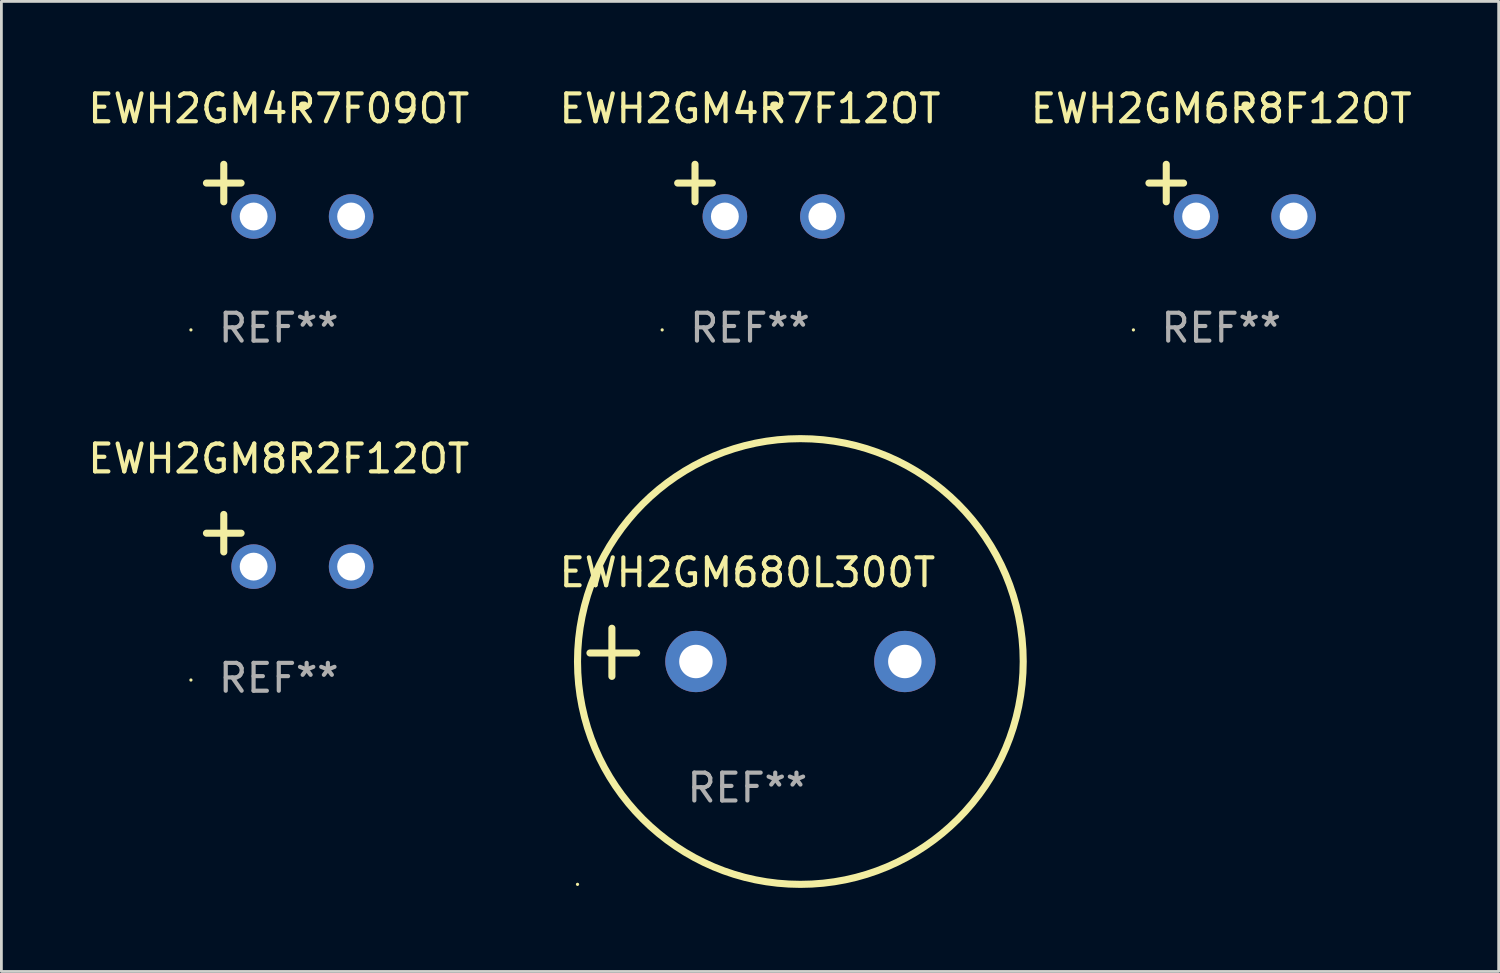
<source format=kicad_pcb>
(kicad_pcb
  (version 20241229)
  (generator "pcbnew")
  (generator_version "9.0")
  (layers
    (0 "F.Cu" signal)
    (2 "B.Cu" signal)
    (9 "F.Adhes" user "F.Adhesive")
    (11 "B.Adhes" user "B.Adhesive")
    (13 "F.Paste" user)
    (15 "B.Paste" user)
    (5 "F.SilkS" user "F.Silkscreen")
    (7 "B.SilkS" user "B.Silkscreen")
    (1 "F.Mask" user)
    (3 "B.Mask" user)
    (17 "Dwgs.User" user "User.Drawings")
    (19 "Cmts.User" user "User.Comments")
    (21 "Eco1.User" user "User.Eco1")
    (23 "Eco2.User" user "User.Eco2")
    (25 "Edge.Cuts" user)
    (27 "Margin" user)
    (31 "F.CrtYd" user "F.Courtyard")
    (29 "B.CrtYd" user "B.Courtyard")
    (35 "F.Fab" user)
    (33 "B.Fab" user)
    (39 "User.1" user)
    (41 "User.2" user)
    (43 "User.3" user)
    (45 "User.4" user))
  (footprint "EWH2GM680L300T"
    (layer "F.Cu")
    (at 23.78 20.367)
    (property "Reference" "EWH2GM680L300T" (at 0 -2.864 0) (layer "F.SilkS") (effects (font (size 1 1) (thickness 0.15))))
    (attr through_hole)
    (fp_line (start -4.864 0.864) (end -4.864 -0.864) (stroke (width 0.254) (type solid)) (layer "F.SilkS"))
    (fp_line (start -3.975 0.025) (end -5.652 0.025) (stroke (width 0.254) (type solid)) (layer "F.SilkS"))
    (fp_circle (center -6.098 8.33) (end -6.068 8.33) (stroke (width 0.06) (type solid)) (fill no) (layer "F.SilkS"))
    (fp_circle (center 1.902 0.33) (end 9.902 0.33) (stroke (width 0.254) (type solid)) (fill no) (layer "F.SilkS"))
    (fp_text user "REF**" (at 0 4.864 0) (layer "F.Fab") (effects (font (size 1 1) (thickness 0.15))))
    (pad "1" thru_hole circle (at -1.848 0.33) (size 2.2 2.2) (drill 1.2) (layers "*.Cu" "*.Mask"))
    (pad "2" thru_hole circle (at 5.652 0.33) (size 2.2 2.2) (drill 1.2) (layers "*.Cu" "*.Mask")))
  (footprint "EWH2GM4R7F12OT"
    (layer "F.Cu")
    (at 23.875 3.785)
    (property "Reference" "EWH2GM4R7F12OT" (at 0 -2.937 0) (layer "F.SilkS") (effects (font (size 1 1) (thickness 0.15))))
    (attr through_hole)
    (fp_line (start -1.975 0.41) (end -1.975 -0.937) (stroke (width 0.254) (type solid)) (layer "F.SilkS"))
    (fp_line (start -1.353 -0.263) (end -2.597 -0.263) (stroke (width 0.254) (type solid)) (layer "F.SilkS"))
    (fp_arc (start 0.849809 -3.063957) (mid 0.885369 -3.064114) (end 0.920929 -3.063957) (stroke (width 0.254001) (type solid)) (layer "F.SilkS"))
    (fp_circle (center -3.154 5.008) (end -3.124 5.008) (stroke (width 0.06) (type solid)) (fill no) (layer "F.SilkS"))
    (fp_text user "REF**" (at 0 4.937 0) (layer "F.Fab") (effects (font (size 1 1) (thickness 0.15))))
    (pad "1" thru_hole circle (at -0.903 0.937) (size 1.6 1.6) (drill 1) (layers "*.Cu" "*.Mask"))
    (pad "2" thru_hole circle (at 2.597 0.937) (size 1.6 1.6) (drill 1) (layers "*.Cu" "*.Mask")))
  (footprint "EWH2GM6R8F12OT"
    (layer "F.Cu")
    (at 40.792 3.785)
    (property "Reference" "EWH2GM6R8F12OT" (at 0 -2.937 0) (layer "F.SilkS") (effects (font (size 1 1) (thickness 0.15))))
    (attr through_hole)
    (fp_line (start -1.975 0.41) (end -1.975 -0.937) (stroke (width 0.254) (type solid)) (layer "F.SilkS"))
    (fp_line (start -1.353 -0.263) (end -2.597 -0.263) (stroke (width 0.254) (type solid)) (layer "F.SilkS"))
    (fp_arc (start 0.849809 -3.063957) (mid 0.885369 -3.064114) (end 0.920929 -3.063957) (stroke (width 0.254001) (type solid)) (layer "F.SilkS"))
    (fp_circle (center -3.154 5.008) (end -3.124 5.008) (stroke (width 0.06) (type solid)) (fill no) (layer "F.SilkS"))
    (fp_text user "REF**" (at 0 4.937 0) (layer "F.Fab") (effects (font (size 1 1) (thickness 0.15))))
    (pad "1" thru_hole circle (at -0.903 0.937) (size 1.6 1.6) (drill 1) (layers "*.Cu" "*.Mask"))
    (pad "2" thru_hole circle (at 2.597 0.937) (size 1.6 1.6) (drill 1) (layers "*.Cu" "*.Mask")))
  (footprint "EWH2GM8R2F12OT"
    (layer "F.Cu")
    (at 6.958 16.354)
    (property "Reference" "EWH2GM8R2F12OT" (at 0 -2.937 0) (layer "F.SilkS") (effects (font (size 1 1) (thickness 0.15))))
    (attr through_hole)
    (fp_line (start -1.975 0.41) (end -1.975 -0.937) (stroke (width 0.254) (type solid)) (layer "F.SilkS"))
    (fp_line (start -1.353 -0.263) (end -2.597 -0.263) (stroke (width 0.254) (type solid)) (layer "F.SilkS"))
    (fp_arc (start 0.849809 -3.063957) (mid 0.885369 -3.064114) (end 0.920929 -3.063957) (stroke (width 0.254001) (type solid)) (layer "F.SilkS"))
    (fp_circle (center -3.154 5.008) (end -3.124 5.008) (stroke (width 0.06) (type solid)) (fill no) (layer "F.SilkS"))
    (fp_text user "REF**" (at 0 4.937 0) (layer "F.Fab") (effects (font (size 1 1) (thickness 0.15))))
    (pad "1" thru_hole circle (at -0.903 0.937) (size 1.6 1.6) (drill 1) (layers "*.Cu" "*.Mask"))
    (pad "2" thru_hole circle (at 2.597 0.937) (size 1.6 1.6) (drill 1) (layers "*.Cu" "*.Mask")))
  (footprint "EWH2GM4R7F09OT"
    (layer "F.Cu")
    (at 6.958 3.785)
    (property "Reference" "EWH2GM4R7F09OT" (at 0 -2.937 0) (layer "F.SilkS") (effects (font (size 1 1) (thickness 0.15))))
    (attr through_hole)
    (fp_line (start -1.975 0.41) (end -1.975 -0.937) (stroke (width 0.254) (type solid)) (layer "F.SilkS"))
    (fp_line (start -1.353 -0.263) (end -2.597 -0.263) (stroke (width 0.254) (type solid)) (layer "F.SilkS"))
    (fp_arc (start 0.849809 -3.063957) (mid 0.885369 -3.064114) (end 0.920929 -3.063957) (stroke (width 0.254001) (type solid)) (layer "F.SilkS"))
    (fp_circle (center -3.154 5.008) (end -3.124 5.008) (stroke (width 0.06) (type solid)) (fill no) (layer "F.SilkS"))
    (fp_text user "REF**" (at 0 4.937 0) (layer "F.Fab") (effects (font (size 1 1) (thickness 0.15))))
    (pad "1" thru_hole circle (at -0.903 0.937) (size 1.6 1.6) (drill 1) (layers "*.Cu" "*.Mask"))
    (pad "2" thru_hole circle (at 2.597 0.937) (size 1.6 1.6) (drill 1) (layers "*.Cu" "*.Mask")))
  (gr_rect
    (start -3 -3)
    (end 50.75 31.824)
    (stroke (width 0.1) (type default))
    (fill no)
    (layer "Edge.Cuts")))
</source>
